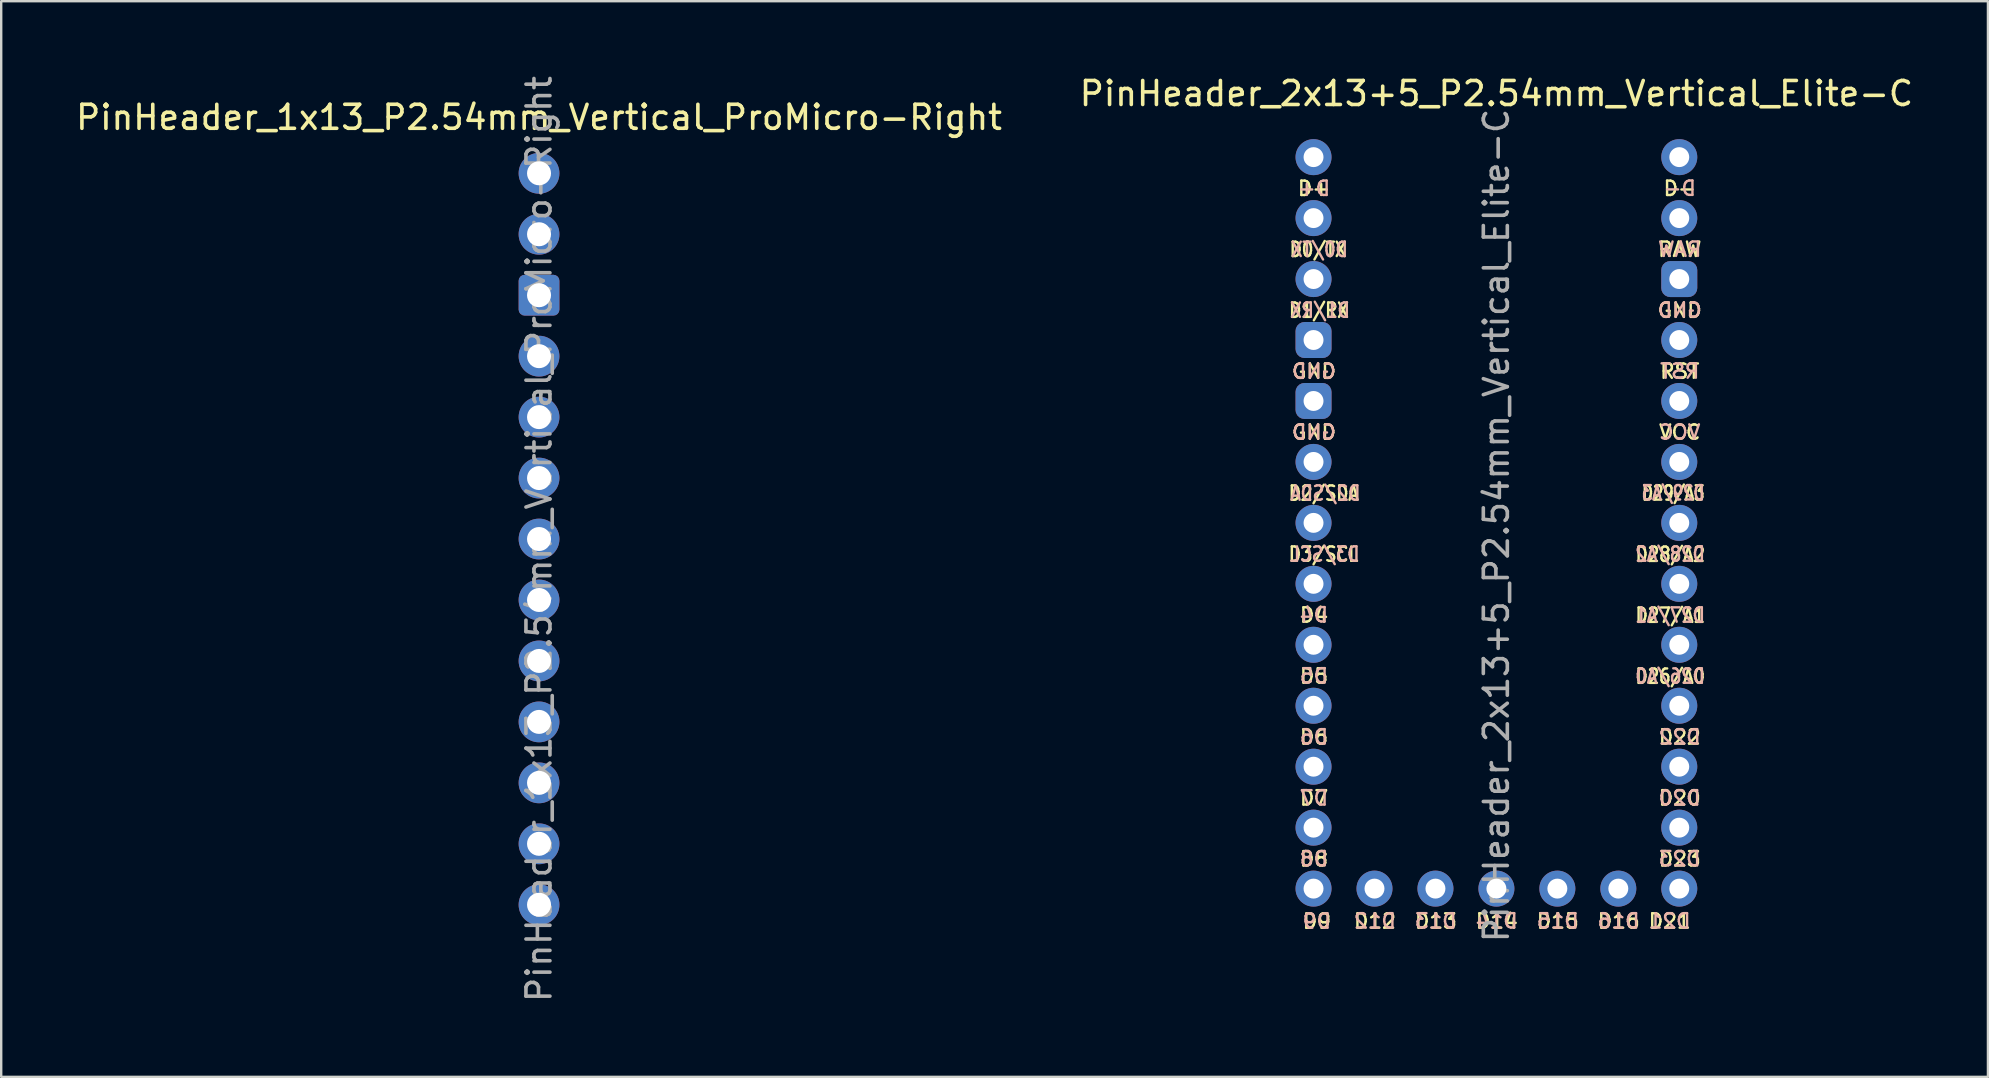
<source format=kicad_pcb>
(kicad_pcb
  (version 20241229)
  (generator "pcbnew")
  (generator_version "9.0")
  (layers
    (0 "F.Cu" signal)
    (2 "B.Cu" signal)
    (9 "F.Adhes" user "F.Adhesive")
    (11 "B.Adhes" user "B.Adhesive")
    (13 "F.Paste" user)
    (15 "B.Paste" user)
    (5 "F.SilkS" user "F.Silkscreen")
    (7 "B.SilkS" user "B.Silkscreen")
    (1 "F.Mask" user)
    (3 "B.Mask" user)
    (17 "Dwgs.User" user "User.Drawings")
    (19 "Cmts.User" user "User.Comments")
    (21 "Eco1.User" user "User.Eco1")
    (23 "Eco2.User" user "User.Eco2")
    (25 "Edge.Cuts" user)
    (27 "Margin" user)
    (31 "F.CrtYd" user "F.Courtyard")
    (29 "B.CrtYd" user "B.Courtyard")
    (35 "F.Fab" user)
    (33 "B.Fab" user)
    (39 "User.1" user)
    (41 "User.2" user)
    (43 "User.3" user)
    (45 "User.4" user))
  (footprint "PinHeader_2x13+5_P2.54mm_Vertical_Elite-C"
    (layer "F.Cu")
    (at 59.304 3.498)
    (property "Reference" "PinHeader_2x13+5_P2.54mm_Vertical_Elite-C" (at 0 -2.65 0) (layer "F.SilkS") (effects (font (size 1 1) (thickness 0.15))))
    (attr through_hole)
    (fp_text user "D4" (at -7.6 19.084 0) (layer "F.SilkS") (effects (font (size 0.6 0.6) (thickness 0.1))))
    (fp_text user "D13" (at -2.522 31.834 0) (layer "F.SilkS") (effects (font (size 0.6 0.6) (thickness 0.1))))
    (fp_text user "D6" (at -7.6 24.164 0) (layer "F.SilkS") (effects (font (size 0.6 0.6) (thickness 0.1))))
    (fp_text user "D29/A3" (at 7.372 13.999 0) (layer "F.SilkS") (effects (font (size 0.6 0.45) (thickness 0.1))))
    (fp_text user "GND" (at 7.64 6.384 0) (layer "F.SilkS") (effects (font (size 0.6 0.6) (thickness 0.1))))
    (fp_text user "D1/RX" (at -7.392 6.384 0) (layer "F.SilkS") (effects (font (size 0.6 0.5) (thickness 0.1))))
    (fp_text user "RST" (at 7.64 8.924 0) (layer "F.SilkS") (effects (font (size 0.6 0.6) (thickness 0.1))))
    (fp_text user "GND" (at -7.6 8.924 0) (layer "F.SilkS") (effects (font (size 0.6 0.6) (thickness 0.1))))
    (fp_text user "D3/SCL" (at -7.203 16.549 0) (layer "F.SilkS") (effects (font (size 0.6 0.5) (thickness 0.1))))
    (fp_text user "D+" (at -7.6 1.304 0) (layer "F.SilkS") (effects (font (size 0.6 0.6) (thickness 0.1))))
    (fp_text user "D-" (at 7.64 1.304 0) (layer "F.SilkS") (effects (font (size 0.6 0.6) (thickness 0.1))))
    (fp_text user "D2/SDA" (at -7.192 14.007 0) (layer "F.SilkS") (effects (font (size 0.6 0.5) (thickness 0.1))))
    (fp_text user "D15" (at 2.558 31.834 0) (layer "F.SilkS") (effects (font (size 0.6 0.6) (thickness 0.1))))
    (fp_text user "D5" (at -7.6 21.624 0) (layer "F.SilkS") (effects (font (size 0.6 0.6) (thickness 0.1))))
    (fp_text user "RAW" (at 7.64 3.844 0) (layer "F.SilkS") (effects (font (size 0.6 0.6) (thickness 0.1))))
    (fp_text user "D20" (at 7.64 26.704 0) (layer "F.SilkS") (effects (font (size 0.6 0.6) (thickness 0.1))))
    (fp_text user "D28/A2" (at 7.247 16.553 0) (layer "F.SilkS") (effects (font (size 0.6 0.5) (thickness 0.1))))
    (fp_text user "D14" (at 0.018 31.834 0) (layer "F.SilkS") (effects (font (size 0.6 0.6) (thickness 0.1))))
    (fp_text user "VCC" (at 7.64 11.464 0) (layer "F.SilkS") (effects (font (size 0.6 0.6) (thickness 0.1))))
    (fp_text user "D0/TX" (at -7.428 3.849 0) (layer "F.SilkS") (effects (font (size 0.6 0.5) (thickness 0.1))))
    (fp_text user "D16" (at 5.098 31.834 0) (layer "F.SilkS") (effects (font (size 0.6 0.6) (thickness 0.1))))
    (fp_text user "D26/A0" (at 7.247 21.633 0) (layer "F.SilkS") (effects (font (size 0.6 0.5) (thickness 0.1))))
    (fp_text user "D12" (at -5.062 31.834 0) (layer "F.SilkS") (effects (font (size 0.6 0.6) (thickness 0.1))))
    (fp_text user "D7" (at -7.6 26.704 0) (layer "F.SilkS") (effects (font (size 0.6 0.6) (thickness 0.1))))
    (fp_text user "D21" (at 7.221 31.834 0) (layer "F.SilkS") (effects (font (size 0.6 0.6) (thickness 0.1))))
    (fp_text user "D9" (at -7.479 31.839 0) (layer "F.SilkS") (effects (font (size 0.6 0.6) (thickness 0.1))))
    (fp_text user "D23" (at 7.64 29.244 0) (layer "F.SilkS") (effects (font (size 0.6 0.6) (thickness 0.1))))
    (fp_text user "D8" (at -7.6 29.244 0) (layer "F.SilkS") (effects (font (size 0.6 0.6) (thickness 0.1))))
    (fp_text user "D27/A1" (at 7.247 19.093 0) (layer "F.SilkS") (effects (font (size 0.6 0.5) (thickness 0.1))))
    (fp_text user "GND" (at -7.6 11.464 0) (layer "F.SilkS") (effects (font (size 0.6 0.6) (thickness 0.1))))
    (fp_text user "D22" (at 7.64 24.164 0) (layer "F.SilkS") (effects (font (size 0.6 0.6) (thickness 0.1))))
    (fp_text user "RAW" (at 7.64 3.842 0) (layer "B.SilkS") (effects (font (size 0.6 0.6) (thickness 0.1)) (justify mirror)))
    (fp_text user "D8" (at -7.603 29.238 0) (layer "B.SilkS") (effects (font (size 0.6 0.6) (thickness 0.1)) (justify mirror)))
    (fp_text user "D20" (at 7.635 26.704 0) (layer "B.SilkS") (effects (font (size 0.6 0.6) (thickness 0.1)) (justify mirror)))
    (fp_text user "D23" (at 7.635 29.238 0) (layer "B.SilkS") (effects (font (size 0.6 0.6) (thickness 0.1)) (justify mirror)))
    (fp_text user "D-" (at 7.64 1.3 0) (layer "B.SilkS") (effects (font (size 0.6 0.6) (thickness 0.1)) (justify mirror)))
    (fp_text user "GND" (at 7.64 6.378 0) (layer "B.SilkS") (effects (font (size 0.6 0.6) (thickness 0.1)) (justify mirror)))
    (fp_text user "D26/A0" (at 7.239 21.628 0) (layer "B.SilkS") (effects (font (size 0.6 0.5) (thickness 0.1)) (justify mirror)))
    (fp_text user "D28/A2" (at 7.239 16.544 0) (layer "B.SilkS") (effects (font (size 0.6 0.5) (thickness 0.1)) (justify mirror)))
    (fp_text user "GND" (at -7.603 8.924 0) (layer "B.SilkS") (effects (font (size 0.6 0.6) (thickness 0.1)) (justify mirror)))
    (fp_text user "D21" (at 7.216 31.83 0) (layer "B.SilkS") (effects (font (size 0.6 0.6) (thickness 0.1)) (justify mirror)))
    (fp_text user "D6" (at -7.603 24.161 0) (layer "B.SilkS") (effects (font (size 0.6 0.6) (thickness 0.1)) (justify mirror)))
    (fp_text user "RST" (at 7.64 8.92 0) (layer "B.SilkS") (effects (font (size 0.6 0.6) (thickness 0.1)) (justify mirror)))
    (fp_text user "D2/SDA" (at -7.128 14.004 0) (layer "B.SilkS") (effects (font (size 0.6 0.5) (thickness 0.1)) (justify mirror)))
    (fp_text user "VCC" (at 7.638 11.46 0) (layer "B.SilkS") (effects (font (size 0.6 0.6) (thickness 0.1)) (justify mirror)))
    (fp_text user "D14" (at 0.014 31.83 0) (layer "B.SilkS") (effects (font (size 0.6 0.6) (thickness 0.1)) (justify mirror)))
    (fp_text user "D3/SCL" (at -7.153 16.545 0) (layer "B.SilkS") (effects (font (size 0.6 0.5) (thickness 0.1)) (justify mirror)))
    (fp_text user "D7" (at -7.603 26.704 0) (layer "B.SilkS") (effects (font (size 0.6 0.6) (thickness 0.1)) (justify mirror)))
    (fp_text user "D0/TX" (at -7.379 3.849 0) (layer "B.SilkS") (effects (font (size 0.6 0.5) (thickness 0.1)) (justify mirror)))
    (fp_text user "D9" (at -7.482 31.835 0) (layer "B.SilkS") (effects (font (size 0.6 0.6) (thickness 0.1)) (justify mirror)))
    (fp_text user "D+" (at -7.603 1.303 0) (layer "B.SilkS") (effects (font (size 0.6 0.6) (thickness 0.1)) (justify mirror)))
    (fp_text user "D27/A1" (at 7.239 19.086 0) (layer "B.SilkS") (effects (font (size 0.6 0.5) (thickness 0.1)) (justify mirror)))
    (fp_text user "D12" (at -5.062 31.83 0) (layer "B.SilkS") (effects (font (size 0.6 0.6) (thickness 0.1)) (justify mirror)))
    (fp_text user "D16" (at 5.091 31.83 0) (layer "B.SilkS") (effects (font (size 0.6 0.6) (thickness 0.1)) (justify mirror)))
    (fp_text user "D13" (at -2.528 31.83 0) (layer "B.SilkS") (effects (font (size 0.6 0.6) (thickness 0.1)) (justify mirror)))
    (fp_text user "D4" (at -7.603 19.077 0) (layer "B.SilkS") (effects (font (size 0.6 0.6) (thickness 0.1)) (justify mirror)))
    (fp_text user "D22" (at 7.638 24.161 0) (layer "B.SilkS") (effects (font (size 0.6 0.6) (thickness 0.1)) (justify mirror)))
    (fp_text user "D29/A3" (at 7.366 13.992 0) (layer "B.SilkS") (effects (font (size 0.6 0.45) (thickness 0.1)) (justify mirror)))
    (fp_text user "D1/RX" (at -7.353 6.381 0) (layer "B.SilkS") (effects (font (size 0.6 0.5) (thickness 0.1)) (justify mirror)))
    (fp_text user "D5" (at -7.603 21.619 0) (layer "B.SilkS") (effects (font (size 0.6 0.6) (thickness 0.1)) (justify mirror)))
    (fp_text user "GND" (at -7.603 11.458 0) (layer "B.SilkS") (effects (font (size 0.6 0.6) (thickness 0.1)) (justify mirror)))
    (fp_text user "D15" (at 2.557 31.83 0) (layer "B.SilkS") (effects (font (size 0.6 0.6) (thickness 0.1)) (justify mirror)))
    (fp_text user "${REFERENCE}" (at 0 15.35 90) (layer "F.Fab") (effects (font (size 1 1) (thickness 0.15))))
    (pad "1" thru_hole oval (at -7.62 0) (size 1.5 1.5) (drill 0.83) (layers "*.Cu" "*.Mask"))
    (pad "2" thru_hole oval (at -7.62 2.54) (size 1.5 1.5) (drill 0.83) (layers "*.Cu" "*.Mask"))
    (pad "3" thru_hole oval (at -7.62 5.08) (size 1.5 1.5) (drill 0.83) (layers "*.Cu" "*.Mask"))
    (pad "4" thru_hole roundrect (at -7.62 7.62) (size 1.5 1.5) (drill 0.83) (layers "*.Cu" "*.Mask") (roundrect_rratio 0.25))
    (pad "5" thru_hole roundrect (at -7.62 10.16) (size 1.5 1.5) (drill 0.83) (layers "*.Cu" "*.Mask") (roundrect_rratio 0.25))
    (pad "6" thru_hole oval (at -7.62 12.7) (size 1.5 1.5) (drill 0.83) (layers "*.Cu" "*.Mask"))
    (pad "7" thru_hole oval (at -7.62 15.24) (size 1.5 1.5) (drill 0.83) (layers "*.Cu" "*.Mask"))
    (pad "8" thru_hole oval (at -7.62 17.78) (size 1.5 1.5) (drill 0.83) (layers "*.Cu" "*.Mask"))
    (pad "9" thru_hole oval (at -7.62 20.32) (size 1.5 1.5) (drill 0.83) (layers "*.Cu" "*.Mask"))
    (pad "10" thru_hole oval (at -7.62 22.86) (size 1.5 1.5) (drill 0.83) (layers "*.Cu" "*.Mask"))
    (pad "11" thru_hole oval (at -7.62 25.4) (size 1.5 1.5) (drill 0.83) (layers "*.Cu" "*.Mask"))
    (pad "12" thru_hole oval (at -7.62 27.94) (size 1.5 1.5) (drill 0.83) (layers "*.Cu" "*.Mask"))
    (pad "13" thru_hole oval (at -7.62 30.48) (size 1.5 1.5) (drill 0.83) (layers "*.Cu" "*.Mask"))
    (pad "14" thru_hole oval (at -5.08 30.48) (size 1.5 1.5) (drill 0.83) (layers "*.Cu" "*.Mask"))
    (pad "15" thru_hole oval (at -2.54 30.48) (size 1.5 1.5) (drill 0.83) (layers "*.Cu" "*.Mask"))
    (pad "16" thru_hole oval (at 0 30.48) (size 1.5 1.5) (drill 0.83) (layers "*.Cu" "*.Mask"))
    (pad "17" thru_hole oval (at 2.54 30.48) (size 1.5 1.5) (drill 0.83) (layers "*.Cu" "*.Mask"))
    (pad "18" thru_hole oval (at 5.08 30.48) (size 1.5 1.5) (drill 0.83) (layers "*.Cu" "*.Mask"))
    (pad "19" thru_hole oval (at 7.62 30.48) (size 1.5 1.5) (drill 0.83) (layers "*.Cu" "*.Mask"))
    (pad "20" thru_hole oval (at 7.62 27.94) (size 1.5 1.5) (drill 0.83) (layers "*.Cu" "*.Mask"))
    (pad "21" thru_hole oval (at 7.62 25.4) (size 1.5 1.5) (drill 0.83) (layers "*.Cu" "*.Mask"))
    (pad "22" thru_hole oval (at 7.62 22.86) (size 1.5 1.5) (drill 0.83) (layers "*.Cu" "*.Mask"))
    (pad "23" thru_hole oval (at 7.62 20.32) (size 1.5 1.5) (drill 0.83) (layers "*.Cu" "*.Mask"))
    (pad "24" thru_hole oval (at 7.62 17.78) (size 1.5 1.5) (drill 0.83) (layers "*.Cu" "*.Mask"))
    (pad "25" thru_hole oval (at 7.62 15.24) (size 1.5 1.5) (drill 0.83) (layers "*.Cu" "*.Mask"))
    (pad "26" thru_hole oval (at 7.62 12.7) (size 1.5 1.5) (drill 0.83) (layers "*.Cu" "*.Mask"))
    (pad "27" thru_hole oval (at 7.62 10.16) (size 1.5 1.5) (drill 0.83) (layers "*.Cu" "*.Mask"))
    (pad "28" thru_hole oval (at 7.62 7.62) (size 1.5 1.5) (drill 0.83) (layers "*.Cu" "*.Mask"))
    (pad "29" thru_hole roundrect (at 7.62 5.08) (size 1.5 1.5) (drill 0.83) (layers "*.Cu" "*.Mask") (roundrect_rratio 0.25))
    (pad "30" thru_hole oval (at 7.62 2.54) (size 1.5 1.5) (drill 0.83) (layers "*.Cu" "*.Mask"))
    (pad "31" thru_hole oval (at 7.62 0) (size 1.5 1.5) (drill 0.83) (layers "*.Cu" "*.Mask")))
  (footprint "PinHeader_1x13_P2.54mm_Vertical_ProMicro-Right"
    (layer "F.Cu")
    (at 19.411 4.171)
    (property "Reference" "PinHeader_1x13_P2.54mm_Vertical_ProMicro-Right" (at 0 -2.33 0) (layer "F.SilkS") (effects (font (size 1 1) (thickness 0.15))))
    (attr through_hole)
    (fp_text user "${REFERENCE}" (at 0 15.24 90) (layer "F.Fab") (effects (font (size 1 1) (thickness 0.15))))
    (pad "1" thru_hole oval (at 0 0) (size 1.7 1.7) (drill 1) (layers "*.Cu" "*.Mask"))
    (pad "2" thru_hole oval (at 0 2.54) (size 1.7 1.7) (drill 1) (layers "*.Cu" "*.Mask"))
    (pad "3" thru_hole roundrect (at 0 5.08) (size 1.7 1.7) (drill 1) (layers "*.Cu" "*.Mask") (roundrect_rratio 0.147))
    (pad "4" thru_hole oval (at 0 7.62) (size 1.7 1.7) (drill 1) (layers "*.Cu" "*.Mask"))
    (pad "5" thru_hole oval (at 0 10.16) (size 1.7 1.7) (drill 1) (layers "*.Cu" "*.Mask"))
    (pad "6" thru_hole oval (at 0 12.7) (size 1.7 1.7) (drill 1) (layers "*.Cu" "*.Mask"))
    (pad "7" thru_hole oval (at 0 15.24) (size 1.7 1.7) (drill 1) (layers "*.Cu" "*.Mask"))
    (pad "8" thru_hole oval (at 0 17.78) (size 1.7 1.7) (drill 1) (layers "*.Cu" "*.Mask"))
    (pad "9" thru_hole oval (at 0 20.32) (size 1.7 1.7) (drill 1) (layers "*.Cu" "*.Mask"))
    (pad "10" thru_hole oval (at 0 22.86) (size 1.7 1.7) (drill 1) (layers "*.Cu" "*.Mask"))
    (pad "11" thru_hole oval (at 0 25.4) (size 1.7 1.7) (drill 1) (layers "*.Cu" "*.Mask"))
    (pad "12" thru_hole oval (at 0 27.94) (size 1.7 1.7) (drill 1) (layers "*.Cu" "*.Mask"))
    (pad "13" thru_hole oval (at 0 30.48) (size 1.7 1.7) (drill 1) (layers "*.Cu" "*.Mask")))
  (gr_rect
    (start -3 -3)
    (end 79.786 41.821)
    (stroke (width 0.1) (type default))
    (fill no)
    (layer "Edge.Cuts")))
</source>
